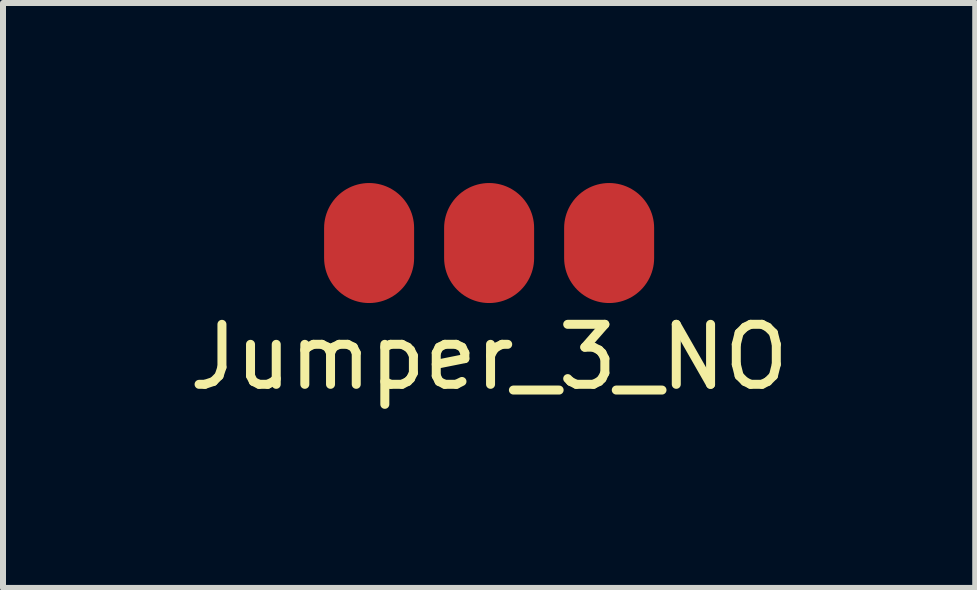
<source format=kicad_pcb>
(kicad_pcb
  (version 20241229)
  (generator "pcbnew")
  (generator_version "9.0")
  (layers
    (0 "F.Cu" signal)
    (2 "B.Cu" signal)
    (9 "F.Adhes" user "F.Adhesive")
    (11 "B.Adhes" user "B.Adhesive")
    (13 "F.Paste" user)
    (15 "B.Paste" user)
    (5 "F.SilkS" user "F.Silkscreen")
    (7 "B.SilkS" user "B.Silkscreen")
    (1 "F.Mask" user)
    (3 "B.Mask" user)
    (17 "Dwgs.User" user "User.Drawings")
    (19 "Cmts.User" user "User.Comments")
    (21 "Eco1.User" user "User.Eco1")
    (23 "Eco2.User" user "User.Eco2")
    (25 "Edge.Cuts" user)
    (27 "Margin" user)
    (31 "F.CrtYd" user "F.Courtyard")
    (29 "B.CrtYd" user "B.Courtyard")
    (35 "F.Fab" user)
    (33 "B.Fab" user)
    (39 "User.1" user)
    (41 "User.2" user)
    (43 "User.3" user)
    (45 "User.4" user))
  (footprint "Jumper_3_NO"
    (layer "F.Cu")
    (at 5.101 1)
    (property "Reference" "Jumper_3_NO" (at 0 1.9 0) (layer "F.SilkS") (effects (font (size 1 1) (thickness 0.15))))
    (attr through_hole)
    (pad "1" smd oval (at -2 0) (size 1.5 2) (layers "F.Cu" "F.Mask" "F.Paste"))
    (pad "2" smd oval (at 0 0) (size 1.5 2) (layers "F.Cu" "F.Mask" "F.Paste"))
    (pad "3" smd oval (at 2 0) (size 1.5 2) (layers "F.Cu" "F.Mask" "F.Paste")))
  (gr_rect
    (start -3 -3)
    (end 13.202 6.748)
    (stroke (width 0.1) (type default))
    (fill no)
    (layer "Edge.Cuts")))
</source>
